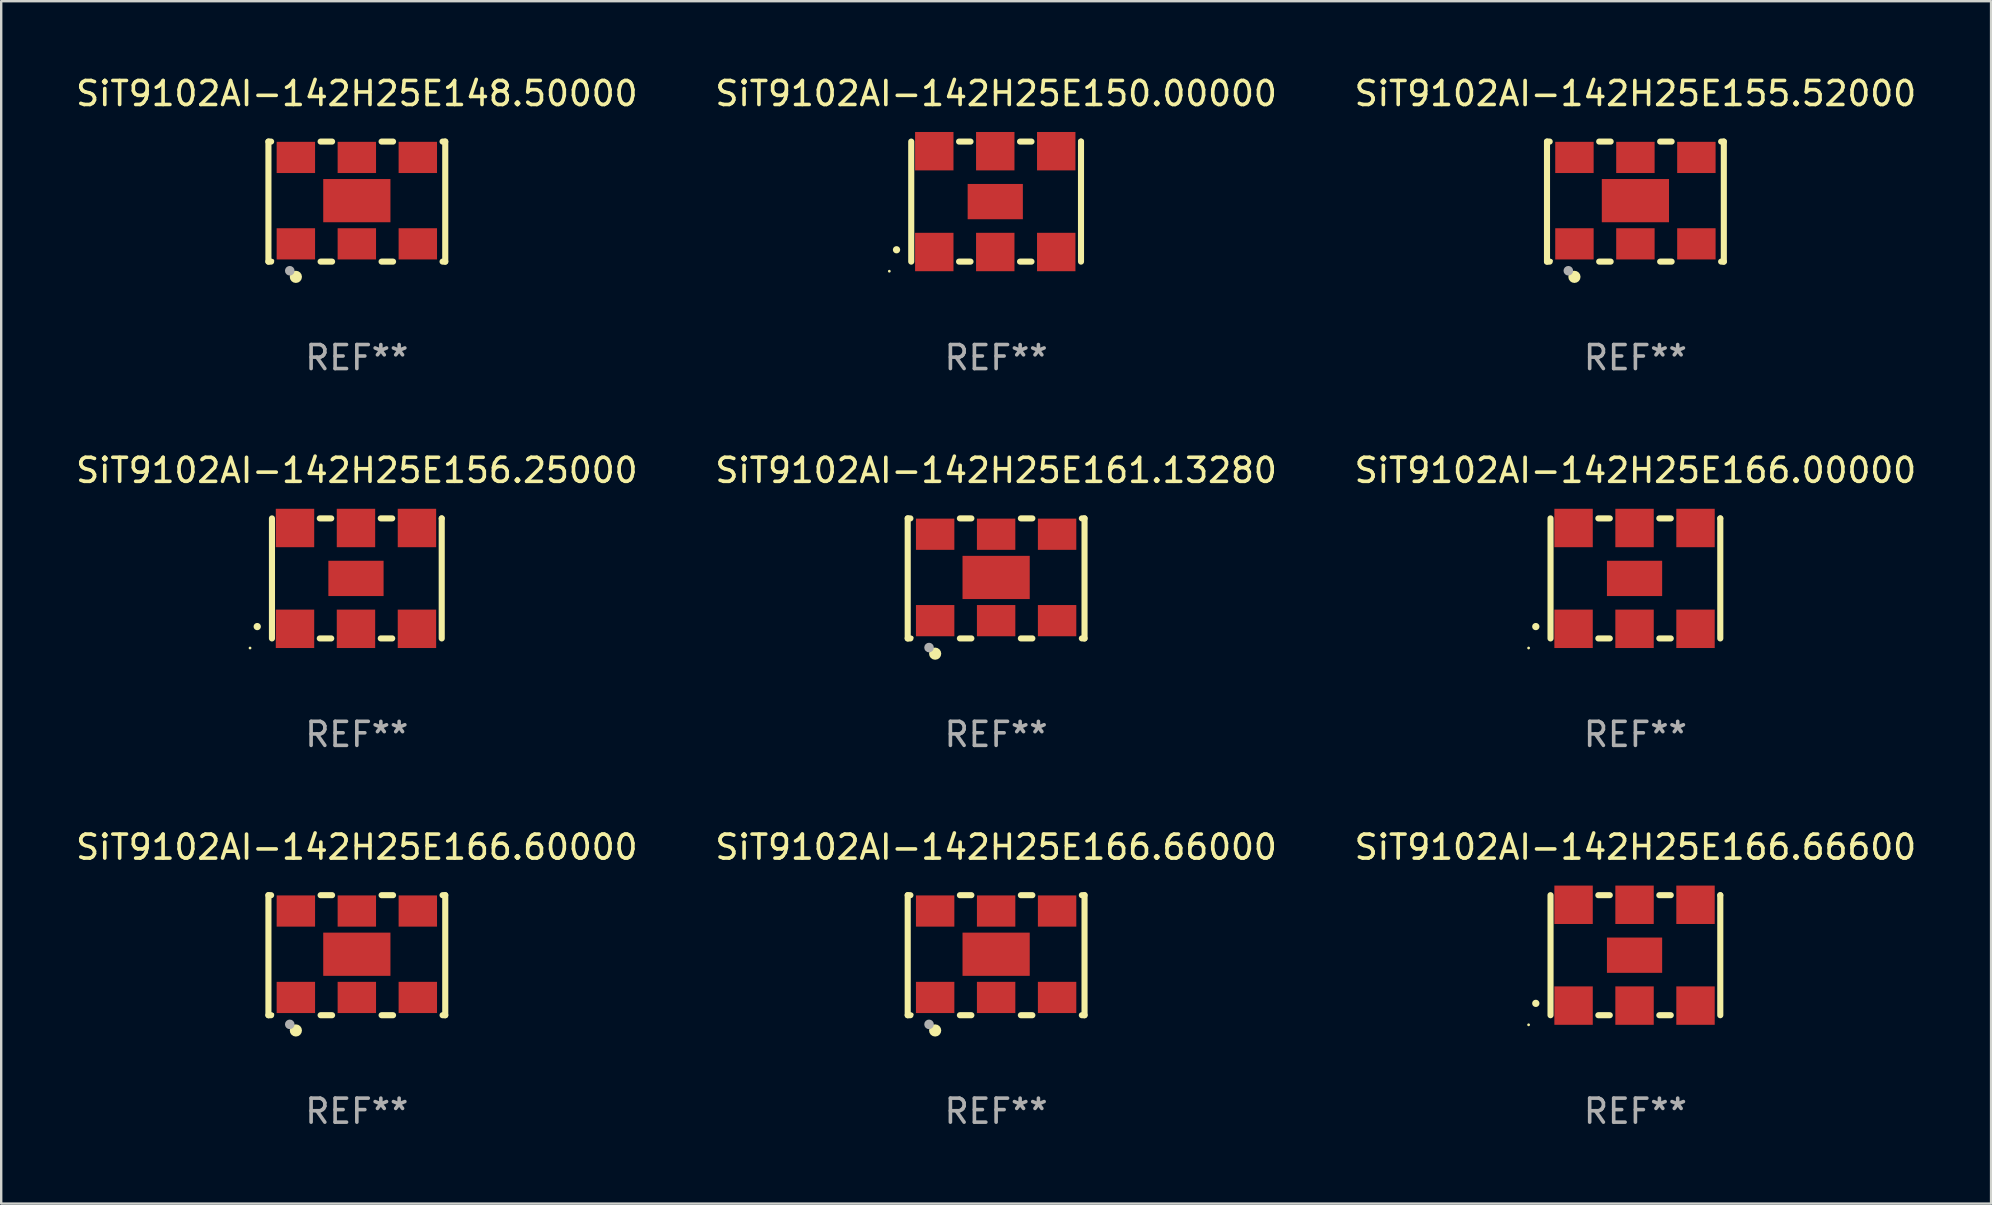
<source format=kicad_pcb>
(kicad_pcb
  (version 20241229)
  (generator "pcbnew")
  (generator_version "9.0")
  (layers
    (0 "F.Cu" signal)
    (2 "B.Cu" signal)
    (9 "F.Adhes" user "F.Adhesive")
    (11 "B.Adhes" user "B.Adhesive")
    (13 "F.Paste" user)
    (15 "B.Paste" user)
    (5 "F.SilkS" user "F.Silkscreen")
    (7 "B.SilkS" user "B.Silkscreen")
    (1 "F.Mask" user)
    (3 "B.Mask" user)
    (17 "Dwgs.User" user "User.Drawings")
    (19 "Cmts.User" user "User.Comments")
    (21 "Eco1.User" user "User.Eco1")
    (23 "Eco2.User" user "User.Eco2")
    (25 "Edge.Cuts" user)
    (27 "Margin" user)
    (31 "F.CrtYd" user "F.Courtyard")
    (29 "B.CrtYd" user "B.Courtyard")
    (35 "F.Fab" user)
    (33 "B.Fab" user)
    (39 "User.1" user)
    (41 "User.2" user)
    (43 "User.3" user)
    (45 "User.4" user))
  (footprint "SiT9102AI-142H25E166.66600"
    (layer "F.Cu")
    (at 65.077 36.741)
    (property "Reference" "SiT9102AI-142H25E166.66600" (at 0 -4.5 0) (layer "F.SilkS") (effects (font (size 1 1) (thickness 0.15))))
    (attr through_hole)
    (fp_line (start -3.536 -2.5) (end -3.536 2.5) (stroke (width 0.254) (type solid)) (layer "F.SilkS"))
    (fp_line (start -1.544 2.5) (end -1.067 2.5) (stroke (width 0.254) (type solid)) (layer "F.SilkS"))
    (fp_line (start -1.067 -2.5) (end -1.544 -2.5) (stroke (width 0.254) (type solid)) (layer "F.SilkS"))
    (fp_line (start 0.996 2.5) (end 1.473 2.5) (stroke (width 0.254) (type solid)) (layer "F.SilkS"))
    (fp_line (start 1.473 -2.5) (end 0.996 -2.5) (stroke (width 0.254) (type solid)) (layer "F.SilkS"))
    (fp_line (start 3.536 -2.5) (end 3.536 -2.5) (stroke (width 0.254) (type solid)) (layer "F.SilkS"))
    (fp_line (start 3.536 2.5) (end 3.536 -2.5) (stroke (width 0.254) (type solid)) (layer "F.SilkS"))
    (fp_arc (start -4.150432 2.006604) (mid -4.149162 2.006599) (end -4.147892 2.006604) (stroke (width 0.3) (type solid)) (layer "F.SilkS"))
    (fp_circle (center -4.449 2.9) (end -4.419 2.9) (stroke (width 0.06) (type solid)) (fill no) (layer "F.SilkS"))
    (fp_text user "REF**" (at 0 6.5 0) (layer "F.Fab") (effects (font (size 1 1) (thickness 0.15))))
    (pad "1" smd rect (at -2.576 2.1) (size 1.6 1.6) (layers "F.Cu" "F.Mask" "F.Paste"))
    (pad "2" smd rect (at -0.036 2.1) (size 1.6 1.6) (layers "F.Cu" "F.Mask" "F.Paste"))
    (pad "3" smd rect (at 2.504 2.1) (size 1.6 1.6) (layers "F.Cu" "F.Mask" "F.Paste"))
    (pad "4" smd rect (at 2.504 -2.1) (size 1.6 1.6) (layers "F.Cu" "F.Mask" "F.Paste"))
    (pad "5" smd rect (at -0.036 -2.1) (size 1.6 1.6) (layers "F.Cu" "F.Mask" "F.Paste"))
    (pad "6" smd rect (at -2.576 -2.1) (size 1.6 1.6) (layers "F.Cu" "F.Mask" "F.Paste"))
    (pad "7" smd rect (at -0.036 0) (size 2.3 1.47) (layers "F.Cu" "F.Mask" "F.Paste")))
  (footprint "SiT9102AI-142H25E166.66000"
    (layer "F.Cu")
    (at 38.446 36.741)
    (property "Reference" "SiT9102AI-142H25E166.66000" (at 0 -4.5 0) (layer "F.SilkS") (effects (font (size 1 1) (thickness 0.15))))
    (attr through_hole)
    (fp_line (start -3.683 -2.5) (end -3.571 -2.5) (stroke (width 0.254) (type solid)) (layer "F.SilkS"))
    (fp_line (start -3.683 2.5) (end -3.683 -2.5) (stroke (width 0.254) (type solid)) (layer "F.SilkS"))
    (fp_line (start -3.683 2.5) (end -3.571 2.5) (stroke (width 0.254) (type solid)) (layer "F.SilkS"))
    (fp_line (start -1.509 -2.5) (end -1.031 -2.5) (stroke (width 0.254) (type solid)) (layer "F.SilkS"))
    (fp_line (start -1.509 2.5) (end -1.031 2.5) (stroke (width 0.254) (type solid)) (layer "F.SilkS"))
    (fp_line (start 1.031 -2.5) (end 1.509 -2.5) (stroke (width 0.254) (type solid)) (layer "F.SilkS"))
    (fp_line (start 1.031 2.5) (end 1.509 2.5) (stroke (width 0.254) (type solid)) (layer "F.SilkS"))
    (fp_line (start 3.571 -2.5) (end 3.683 -2.5) (stroke (width 0.254) (type solid)) (layer "F.SilkS"))
    (fp_line (start 3.571 2.5) (end 3.683 2.5) (stroke (width 0.254) (type solid)) (layer "F.SilkS"))
    (fp_line (start 3.683 2.5) (end 3.683 -2.5) (stroke (width 0.254) (type solid)) (layer "F.SilkS"))
    (fp_circle (center -3.5 2.46) (end -3.47 2.46) (stroke (width 0.06) (type solid)) (fill no) (layer "F.SilkS"))
    (fp_circle (center -2.54 3.135) (end -2.413 3.135) (stroke (width 0.254) (type solid)) (fill no) (layer "F.SilkS"))
    (fp_circle (center -2.794 2.881) (end -2.694 2.881) (stroke (width 0.2) (type solid)) (fill no) (layer "F.Fab"))
    (fp_text user "REF**" (at 0 6.5 0) (layer "F.Fab") (effects (font (size 1 1) (thickness 0.15))))
    (pad "1" smd rect (at -2.54 1.76) (size 1.6 1.3) (layers "F.Cu" "F.Mask" "F.Paste"))
    (pad "2" smd rect (at 0 1.76) (size 1.6 1.3) (layers "F.Cu" "F.Mask" "F.Paste"))
    (pad "3" smd rect (at 2.54 1.76) (size 1.6 1.3) (layers "F.Cu" "F.Mask" "F.Paste"))
    (pad "4" smd rect (at 2.54 -1.84) (size 1.6 1.3) (layers "F.Cu" "F.Mask" "F.Paste"))
    (pad "5" smd rect (at 0 -1.84) (size 1.6 1.3) (layers "F.Cu" "F.Mask" "F.Paste"))
    (pad "6" smd rect (at -2.54 -1.84) (size 1.6 1.3) (layers "F.Cu" "F.Mask" "F.Paste"))
    (pad "7" smd rect (at 0 -0.04) (size 2.8 1.8) (layers "F.Cu" "F.Mask" "F.Paste")))
  (footprint "SiT9102AI-142H25E166.60000"
    (layer "F.Cu")
    (at 11.815 36.741)
    (property "Reference" "SiT9102AI-142H25E166.60000" (at 0 -4.5 0) (layer "F.SilkS") (effects (font (size 1 1) (thickness 0.15))))
    (attr through_hole)
    (fp_line (start -3.683 -2.5) (end -3.571 -2.5) (stroke (width 0.254) (type solid)) (layer "F.SilkS"))
    (fp_line (start -3.683 2.5) (end -3.683 -2.5) (stroke (width 0.254) (type solid)) (layer "F.SilkS"))
    (fp_line (start -3.683 2.5) (end -3.571 2.5) (stroke (width 0.254) (type solid)) (layer "F.SilkS"))
    (fp_line (start -1.509 -2.5) (end -1.031 -2.5) (stroke (width 0.254) (type solid)) (layer "F.SilkS"))
    (fp_line (start -1.509 2.5) (end -1.031 2.5) (stroke (width 0.254) (type solid)) (layer "F.SilkS"))
    (fp_line (start 1.031 -2.5) (end 1.509 -2.5) (stroke (width 0.254) (type solid)) (layer "F.SilkS"))
    (fp_line (start 1.031 2.5) (end 1.509 2.5) (stroke (width 0.254) (type solid)) (layer "F.SilkS"))
    (fp_line (start 3.571 -2.5) (end 3.683 -2.5) (stroke (width 0.254) (type solid)) (layer "F.SilkS"))
    (fp_line (start 3.571 2.5) (end 3.683 2.5) (stroke (width 0.254) (type solid)) (layer "F.SilkS"))
    (fp_line (start 3.683 2.5) (end 3.683 -2.5) (stroke (width 0.254) (type solid)) (layer "F.SilkS"))
    (fp_circle (center -3.5 2.46) (end -3.47 2.46) (stroke (width 0.06) (type solid)) (fill no) (layer "F.SilkS"))
    (fp_circle (center -2.54 3.135) (end -2.413 3.135) (stroke (width 0.254) (type solid)) (fill no) (layer "F.SilkS"))
    (fp_circle (center -2.794 2.881) (end -2.694 2.881) (stroke (width 0.2) (type solid)) (fill no) (layer "F.Fab"))
    (fp_text user "REF**" (at 0 6.5 0) (layer "F.Fab") (effects (font (size 1 1) (thickness 0.15))))
    (pad "1" smd rect (at -2.54 1.76) (size 1.6 1.3) (layers "F.Cu" "F.Mask" "F.Paste"))
    (pad "2" smd rect (at 0 1.76) (size 1.6 1.3) (layers "F.Cu" "F.Mask" "F.Paste"))
    (pad "3" smd rect (at 2.54 1.76) (size 1.6 1.3) (layers "F.Cu" "F.Mask" "F.Paste"))
    (pad "4" smd rect (at 2.54 -1.84) (size 1.6 1.3) (layers "F.Cu" "F.Mask" "F.Paste"))
    (pad "5" smd rect (at 0 -1.84) (size 1.6 1.3) (layers "F.Cu" "F.Mask" "F.Paste"))
    (pad "6" smd rect (at -2.54 -1.84) (size 1.6 1.3) (layers "F.Cu" "F.Mask" "F.Paste"))
    (pad "7" smd rect (at 0 -0.04) (size 2.8 1.8) (layers "F.Cu" "F.Mask" "F.Paste")))
  (footprint "SiT9102AI-142H25E150.00000"
    (layer "F.Cu")
    (at 38.446 5.348)
    (property "Reference" "SiT9102AI-142H25E150.00000" (at 0 -4.5 0) (layer "F.SilkS") (effects (font (size 1 1) (thickness 0.15))))
    (attr through_hole)
    (fp_line (start -3.536 -2.5) (end -3.536 2.5) (stroke (width 0.254) (type solid)) (layer "F.SilkS"))
    (fp_line (start -1.544 2.5) (end -1.067 2.5) (stroke (width 0.254) (type solid)) (layer "F.SilkS"))
    (fp_line (start -1.067 -2.5) (end -1.544 -2.5) (stroke (width 0.254) (type solid)) (layer "F.SilkS"))
    (fp_line (start 0.996 2.5) (end 1.473 2.5) (stroke (width 0.254) (type solid)) (layer "F.SilkS"))
    (fp_line (start 1.473 -2.5) (end 0.996 -2.5) (stroke (width 0.254) (type solid)) (layer "F.SilkS"))
    (fp_line (start 3.536 -2.5) (end 3.536 -2.5) (stroke (width 0.254) (type solid)) (layer "F.SilkS"))
    (fp_line (start 3.536 2.5) (end 3.536 -2.5) (stroke (width 0.254) (type solid)) (layer "F.SilkS"))
    (fp_arc (start -4.150432 2.006604) (mid -4.149162 2.006599) (end -4.147892 2.006604) (stroke (width 0.3) (type solid)) (layer "F.SilkS"))
    (fp_circle (center -4.449 2.9) (end -4.419 2.9) (stroke (width 0.06) (type solid)) (fill no) (layer "F.SilkS"))
    (fp_text user "REF**" (at 0 6.5 0) (layer "F.Fab") (effects (font (size 1 1) (thickness 0.15))))
    (pad "1" smd rect (at -2.576 2.1) (size 1.6 1.6) (layers "F.Cu" "F.Mask" "F.Paste"))
    (pad "2" smd rect (at -0.036 2.1) (size 1.6 1.6) (layers "F.Cu" "F.Mask" "F.Paste"))
    (pad "3" smd rect (at 2.504 2.1) (size 1.6 1.6) (layers "F.Cu" "F.Mask" "F.Paste"))
    (pad "4" smd rect (at 2.504 -2.1) (size 1.6 1.6) (layers "F.Cu" "F.Mask" "F.Paste"))
    (pad "5" smd rect (at -0.036 -2.1) (size 1.6 1.6) (layers "F.Cu" "F.Mask" "F.Paste"))
    (pad "6" smd rect (at -2.576 -2.1) (size 1.6 1.6) (layers "F.Cu" "F.Mask" "F.Paste"))
    (pad "7" smd rect (at -0.036 0) (size 2.3 1.47) (layers "F.Cu" "F.Mask" "F.Paste")))
  (footprint "SiT9102AI-142H25E156.25000"
    (layer "F.Cu")
    (at 11.815 21.045)
    (property "Reference" "SiT9102AI-142H25E156.25000" (at 0 -4.5 0) (layer "F.SilkS") (effects (font (size 1 1) (thickness 0.15))))
    (attr through_hole)
    (fp_line (start -3.536 -2.5) (end -3.536 2.5) (stroke (width 0.254) (type solid)) (layer "F.SilkS"))
    (fp_line (start -1.544 2.5) (end -1.067 2.5) (stroke (width 0.254) (type solid)) (layer "F.SilkS"))
    (fp_line (start -1.067 -2.5) (end -1.544 -2.5) (stroke (width 0.254) (type solid)) (layer "F.SilkS"))
    (fp_line (start 0.996 2.5) (end 1.473 2.5) (stroke (width 0.254) (type solid)) (layer "F.SilkS"))
    (fp_line (start 1.473 -2.5) (end 0.996 -2.5) (stroke (width 0.254) (type solid)) (layer "F.SilkS"))
    (fp_line (start 3.536 -2.5) (end 3.536 -2.5) (stroke (width 0.254) (type solid)) (layer "F.SilkS"))
    (fp_line (start 3.536 2.5) (end 3.536 -2.5) (stroke (width 0.254) (type solid)) (layer "F.SilkS"))
    (fp_arc (start -4.150432 2.006604) (mid -4.149162 2.006599) (end -4.147892 2.006604) (stroke (width 0.3) (type solid)) (layer "F.SilkS"))
    (fp_circle (center -4.449 2.9) (end -4.419 2.9) (stroke (width 0.06) (type solid)) (fill no) (layer "F.SilkS"))
    (fp_text user "REF**" (at 0 6.5 0) (layer "F.Fab") (effects (font (size 1 1) (thickness 0.15))))
    (pad "1" smd rect (at -2.576 2.1) (size 1.6 1.6) (layers "F.Cu" "F.Mask" "F.Paste"))
    (pad "2" smd rect (at -0.036 2.1) (size 1.6 1.6) (layers "F.Cu" "F.Mask" "F.Paste"))
    (pad "3" smd rect (at 2.504 2.1) (size 1.6 1.6) (layers "F.Cu" "F.Mask" "F.Paste"))
    (pad "4" smd rect (at 2.504 -2.1) (size 1.6 1.6) (layers "F.Cu" "F.Mask" "F.Paste"))
    (pad "5" smd rect (at -0.036 -2.1) (size 1.6 1.6) (layers "F.Cu" "F.Mask" "F.Paste"))
    (pad "6" smd rect (at -2.576 -2.1) (size 1.6 1.6) (layers "F.Cu" "F.Mask" "F.Paste"))
    (pad "7" smd rect (at -0.036 0) (size 2.3 1.47) (layers "F.Cu" "F.Mask" "F.Paste")))
  (footprint "SiT9102AI-142H25E155.52000"
    (layer "F.Cu")
    (at 65.077 5.348)
    (property "Reference" "SiT9102AI-142H25E155.52000" (at 0 -4.5 0) (layer "F.SilkS") (effects (font (size 1 1) (thickness 0.15))))
    (attr through_hole)
    (fp_line (start -3.683 -2.5) (end -3.571 -2.5) (stroke (width 0.254) (type solid)) (layer "F.SilkS"))
    (fp_line (start -3.683 2.5) (end -3.683 -2.5) (stroke (width 0.254) (type solid)) (layer "F.SilkS"))
    (fp_line (start -3.683 2.5) (end -3.571 2.5) (stroke (width 0.254) (type solid)) (layer "F.SilkS"))
    (fp_line (start -1.509 -2.5) (end -1.031 -2.5) (stroke (width 0.254) (type solid)) (layer "F.SilkS"))
    (fp_line (start -1.509 2.5) (end -1.031 2.5) (stroke (width 0.254) (type solid)) (layer "F.SilkS"))
    (fp_line (start 1.031 -2.5) (end 1.509 -2.5) (stroke (width 0.254) (type solid)) (layer "F.SilkS"))
    (fp_line (start 1.031 2.5) (end 1.509 2.5) (stroke (width 0.254) (type solid)) (layer "F.SilkS"))
    (fp_line (start 3.571 -2.5) (end 3.683 -2.5) (stroke (width 0.254) (type solid)) (layer "F.SilkS"))
    (fp_line (start 3.571 2.5) (end 3.683 2.5) (stroke (width 0.254) (type solid)) (layer "F.SilkS"))
    (fp_line (start 3.683 2.5) (end 3.683 -2.5) (stroke (width 0.254) (type solid)) (layer "F.SilkS"))
    (fp_circle (center -3.5 2.46) (end -3.47 2.46) (stroke (width 0.06) (type solid)) (fill no) (layer "F.SilkS"))
    (fp_circle (center -2.54 3.135) (end -2.413 3.135) (stroke (width 0.254) (type solid)) (fill no) (layer "F.SilkS"))
    (fp_circle (center -2.794 2.881) (end -2.694 2.881) (stroke (width 0.2) (type solid)) (fill no) (layer "F.Fab"))
    (fp_text user "REF**" (at 0 6.5 0) (layer "F.Fab") (effects (font (size 1 1) (thickness 0.15))))
    (pad "1" smd rect (at -2.54 1.76) (size 1.6 1.3) (layers "F.Cu" "F.Mask" "F.Paste"))
    (pad "2" smd rect (at 0 1.76) (size 1.6 1.3) (layers "F.Cu" "F.Mask" "F.Paste"))
    (pad "3" smd rect (at 2.54 1.76) (size 1.6 1.3) (layers "F.Cu" "F.Mask" "F.Paste"))
    (pad "4" smd rect (at 2.54 -1.84) (size 1.6 1.3) (layers "F.Cu" "F.Mask" "F.Paste"))
    (pad "5" smd rect (at 0 -1.84) (size 1.6 1.3) (layers "F.Cu" "F.Mask" "F.Paste"))
    (pad "6" smd rect (at -2.54 -1.84) (size 1.6 1.3) (layers "F.Cu" "F.Mask" "F.Paste"))
    (pad "7" smd rect (at 0 -0.04) (size 2.8 1.8) (layers "F.Cu" "F.Mask" "F.Paste")))
  (footprint "SiT9102AI-142H25E148.50000"
    (layer "F.Cu")
    (at 11.815 5.348)
    (property "Reference" "SiT9102AI-142H25E148.50000" (at 0 -4.5 0) (layer "F.SilkS") (effects (font (size 1 1) (thickness 0.15))))
    (attr through_hole)
    (fp_line (start -3.683 -2.5) (end -3.571 -2.5) (stroke (width 0.254) (type solid)) (layer "F.SilkS"))
    (fp_line (start -3.683 2.5) (end -3.683 -2.5) (stroke (width 0.254) (type solid)) (layer "F.SilkS"))
    (fp_line (start -3.683 2.5) (end -3.571 2.5) (stroke (width 0.254) (type solid)) (layer "F.SilkS"))
    (fp_line (start -1.509 -2.5) (end -1.031 -2.5) (stroke (width 0.254) (type solid)) (layer "F.SilkS"))
    (fp_line (start -1.509 2.5) (end -1.031 2.5) (stroke (width 0.254) (type solid)) (layer "F.SilkS"))
    (fp_line (start 1.031 -2.5) (end 1.509 -2.5) (stroke (width 0.254) (type solid)) (layer "F.SilkS"))
    (fp_line (start 1.031 2.5) (end 1.509 2.5) (stroke (width 0.254) (type solid)) (layer "F.SilkS"))
    (fp_line (start 3.571 -2.5) (end 3.683 -2.5) (stroke (width 0.254) (type solid)) (layer "F.SilkS"))
    (fp_line (start 3.571 2.5) (end 3.683 2.5) (stroke (width 0.254) (type solid)) (layer "F.SilkS"))
    (fp_line (start 3.683 2.5) (end 3.683 -2.5) (stroke (width 0.254) (type solid)) (layer "F.SilkS"))
    (fp_circle (center -3.5 2.46) (end -3.47 2.46) (stroke (width 0.06) (type solid)) (fill no) (layer "F.SilkS"))
    (fp_circle (center -2.54 3.135) (end -2.413 3.135) (stroke (width 0.254) (type solid)) (fill no) (layer "F.SilkS"))
    (fp_circle (center -2.794 2.881) (end -2.694 2.881) (stroke (width 0.2) (type solid)) (fill no) (layer "F.Fab"))
    (fp_text user "REF**" (at 0 6.5 0) (layer "F.Fab") (effects (font (size 1 1) (thickness 0.15))))
    (pad "1" smd rect (at -2.54 1.76) (size 1.6 1.3) (layers "F.Cu" "F.Mask" "F.Paste"))
    (pad "2" smd rect (at 0 1.76) (size 1.6 1.3) (layers "F.Cu" "F.Mask" "F.Paste"))
    (pad "3" smd rect (at 2.54 1.76) (size 1.6 1.3) (layers "F.Cu" "F.Mask" "F.Paste"))
    (pad "4" smd rect (at 2.54 -1.84) (size 1.6 1.3) (layers "F.Cu" "F.Mask" "F.Paste"))
    (pad "5" smd rect (at 0 -1.84) (size 1.6 1.3) (layers "F.Cu" "F.Mask" "F.Paste"))
    (pad "6" smd rect (at -2.54 -1.84) (size 1.6 1.3) (layers "F.Cu" "F.Mask" "F.Paste"))
    (pad "7" smd rect (at 0 -0.04) (size 2.8 1.8) (layers "F.Cu" "F.Mask" "F.Paste")))
  (footprint "SiT9102AI-142H25E166.00000"
    (layer "F.Cu")
    (at 65.077 21.045)
    (property "Reference" "SiT9102AI-142H25E166.00000" (at 0 -4.5 0) (layer "F.SilkS") (effects (font (size 1 1) (thickness 0.15))))
    (attr through_hole)
    (fp_line (start -3.536 -2.5) (end -3.536 2.5) (stroke (width 0.254) (type solid)) (layer "F.SilkS"))
    (fp_line (start -1.544 2.5) (end -1.067 2.5) (stroke (width 0.254) (type solid)) (layer "F.SilkS"))
    (fp_line (start -1.067 -2.5) (end -1.544 -2.5) (stroke (width 0.254) (type solid)) (layer "F.SilkS"))
    (fp_line (start 0.996 2.5) (end 1.473 2.5) (stroke (width 0.254) (type solid)) (layer "F.SilkS"))
    (fp_line (start 1.473 -2.5) (end 0.996 -2.5) (stroke (width 0.254) (type solid)) (layer "F.SilkS"))
    (fp_line (start 3.536 -2.5) (end 3.536 -2.5) (stroke (width 0.254) (type solid)) (layer "F.SilkS"))
    (fp_line (start 3.536 2.5) (end 3.536 -2.5) (stroke (width 0.254) (type solid)) (layer "F.SilkS"))
    (fp_arc (start -4.150432 2.006604) (mid -4.149162 2.006599) (end -4.147892 2.006604) (stroke (width 0.3) (type solid)) (layer "F.SilkS"))
    (fp_circle (center -4.449 2.9) (end -4.419 2.9) (stroke (width 0.06) (type solid)) (fill no) (layer "F.SilkS"))
    (fp_text user "REF**" (at 0 6.5 0) (layer "F.Fab") (effects (font (size 1 1) (thickness 0.15))))
    (pad "1" smd rect (at -2.576 2.1) (size 1.6 1.6) (layers "F.Cu" "F.Mask" "F.Paste"))
    (pad "2" smd rect (at -0.036 2.1) (size 1.6 1.6) (layers "F.Cu" "F.Mask" "F.Paste"))
    (pad "3" smd rect (at 2.504 2.1) (size 1.6 1.6) (layers "F.Cu" "F.Mask" "F.Paste"))
    (pad "4" smd rect (at 2.504 -2.1) (size 1.6 1.6) (layers "F.Cu" "F.Mask" "F.Paste"))
    (pad "5" smd rect (at -0.036 -2.1) (size 1.6 1.6) (layers "F.Cu" "F.Mask" "F.Paste"))
    (pad "6" smd rect (at -2.576 -2.1) (size 1.6 1.6) (layers "F.Cu" "F.Mask" "F.Paste"))
    (pad "7" smd rect (at -0.036 0) (size 2.3 1.47) (layers "F.Cu" "F.Mask" "F.Paste")))
  (footprint "SiT9102AI-142H25E161.13280"
    (layer "F.Cu")
    (at 38.446 21.045)
    (property "Reference" "SiT9102AI-142H25E161.13280" (at 0 -4.5 0) (layer "F.SilkS") (effects (font (size 1 1) (thickness 0.15))))
    (attr through_hole)
    (fp_line (start -3.683 -2.5) (end -3.571 -2.5) (stroke (width 0.254) (type solid)) (layer "F.SilkS"))
    (fp_line (start -3.683 2.5) (end -3.683 -2.5) (stroke (width 0.254) (type solid)) (layer "F.SilkS"))
    (fp_line (start -3.683 2.5) (end -3.571 2.5) (stroke (width 0.254) (type solid)) (layer "F.SilkS"))
    (fp_line (start -1.509 -2.5) (end -1.031 -2.5) (stroke (width 0.254) (type solid)) (layer "F.SilkS"))
    (fp_line (start -1.509 2.5) (end -1.031 2.5) (stroke (width 0.254) (type solid)) (layer "F.SilkS"))
    (fp_line (start 1.031 -2.5) (end 1.509 -2.5) (stroke (width 0.254) (type solid)) (layer "F.SilkS"))
    (fp_line (start 1.031 2.5) (end 1.509 2.5) (stroke (width 0.254) (type solid)) (layer "F.SilkS"))
    (fp_line (start 3.571 -2.5) (end 3.683 -2.5) (stroke (width 0.254) (type solid)) (layer "F.SilkS"))
    (fp_line (start 3.571 2.5) (end 3.683 2.5) (stroke (width 0.254) (type solid)) (layer "F.SilkS"))
    (fp_line (start 3.683 2.5) (end 3.683 -2.5) (stroke (width 0.254) (type solid)) (layer "F.SilkS"))
    (fp_circle (center -3.5 2.46) (end -3.47 2.46) (stroke (width 0.06) (type solid)) (fill no) (layer "F.SilkS"))
    (fp_circle (center -2.54 3.135) (end -2.413 3.135) (stroke (width 0.254) (type solid)) (fill no) (layer "F.SilkS"))
    (fp_circle (center -2.794 2.881) (end -2.694 2.881) (stroke (width 0.2) (type solid)) (fill no) (layer "F.Fab"))
    (fp_text user "REF**" (at 0 6.5 0) (layer "F.Fab") (effects (font (size 1 1) (thickness 0.15))))
    (pad "1" smd rect (at -2.54 1.76) (size 1.6 1.3) (layers "F.Cu" "F.Mask" "F.Paste"))
    (pad "2" smd rect (at 0 1.76) (size 1.6 1.3) (layers "F.Cu" "F.Mask" "F.Paste"))
    (pad "3" smd rect (at 2.54 1.76) (size 1.6 1.3) (layers "F.Cu" "F.Mask" "F.Paste"))
    (pad "4" smd rect (at 2.54 -1.84) (size 1.6 1.3) (layers "F.Cu" "F.Mask" "F.Paste"))
    (pad "5" smd rect (at 0 -1.84) (size 1.6 1.3) (layers "F.Cu" "F.Mask" "F.Paste"))
    (pad "6" smd rect (at -2.54 -1.84) (size 1.6 1.3) (layers "F.Cu" "F.Mask" "F.Paste"))
    (pad "7" smd rect (at 0 -0.04) (size 2.8 1.8) (layers "F.Cu" "F.Mask" "F.Paste")))
  (gr_rect
    (start -3 -3)
    (end 79.893 47.09)
    (stroke (width 0.1) (type default))
    (fill no)
    (layer "Edge.Cuts")))
</source>
